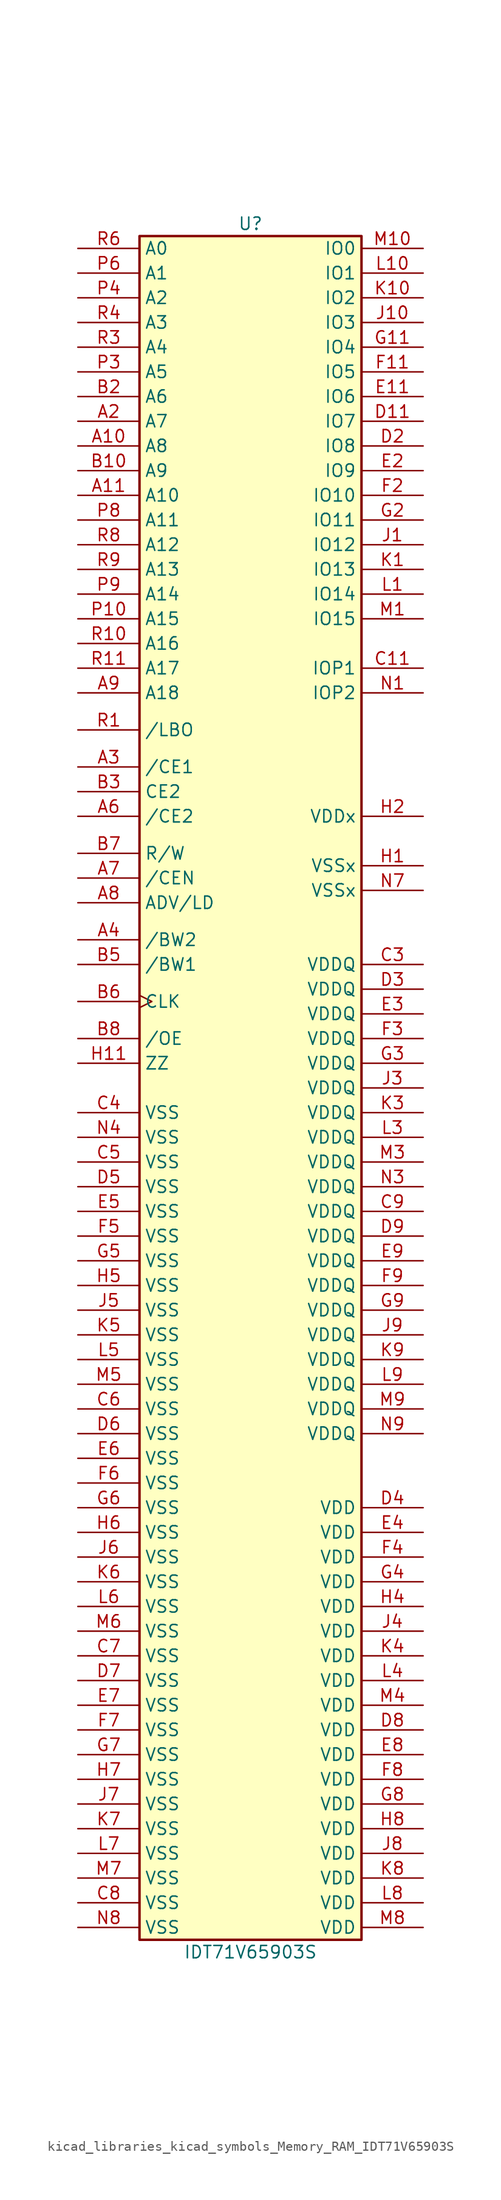
<source format=kicad_sym>
(kicad_symbol_lib
  (version 20220914)
  (generator kicad_symbol_editor)
  (symbol "kicad_libraries_kicad_symbols_Memory_RAM_IDT71V65903S"
    (property "Reference" "U"
      (at 0 88.9 0)
      (effects (font (size 1.27 1.27))))
    (property "Value" "IDT71V65903S"
      (at 0 -88.9 0)
      (effects (font (size 1.27 1.27))))
    (symbol "kicad_libraries_kicad_symbols_Memory_RAM_IDT71V65903S_0_1"
      (rectangle (start -11.43 87.63) (end 11.43 -87.63) (stroke (width 0.254) (type default)) (fill (type background))))
    (symbol "kicad_libraries_kicad_symbols_Memory_RAM_IDT71V65903S_1_1"
      (pin input line (at -17.78 66.04 0) (length 6.35) (name "A8" (effects (font (size 1.27 1.27)))) (number "A10" (effects (font (size 1.27 1.27)))))
      (pin input line (at -17.78 60.96 0) (length 6.35) (name "A10" (effects (font (size 1.27 1.27)))) (number "A11" (effects (font (size 1.27 1.27)))))
      (pin input line (at -17.78 68.58 0) (length 6.35) (name "A7" (effects (font (size 1.27 1.27)))) (number "A2" (effects (font (size 1.27 1.27)))))
      (pin input line (at -17.78 33.02 0) (length 6.35) (name "/CE1" (effects (font (size 1.27 1.27)))) (number "A3" (effects (font (size 1.27 1.27)))))
      (pin input line (at -17.78 15.24 0) (length 6.35) (name "/BW2" (effects (font (size 1.27 1.27)))) (number "A4" (effects (font (size 1.27 1.27)))))
      (pin input line (at -17.78 27.94 0) (length 6.35) (name "/CE2" (effects (font (size 1.27 1.27)))) (number "A6" (effects (font (size 1.27 1.27)))))
      (pin input line (at -17.78 21.59 0) (length 6.35) (name "/CEN" (effects (font (size 1.27 1.27)))) (number "A7" (effects (font (size 1.27 1.27)))))
      (pin input line (at -17.78 19.05 0) (length 6.35) (name "ADV/LD" (effects (font (size 1.27 1.27)))) (number "A8" (effects (font (size 1.27 1.27)))))
      (pin input line (at -17.78 40.64 0) (length 6.35) (name "A18" (effects (font (size 1.27 1.27)))) (number "A9" (effects (font (size 1.27 1.27)))))
      (pin input line (at -17.78 63.5 0) (length 6.35) (name "A9" (effects (font (size 1.27 1.27)))) (number "B10" (effects (font (size 1.27 1.27)))))
      (pin input line (at -17.78 71.12 0) (length 6.35) (name "A6" (effects (font (size 1.27 1.27)))) (number "B2" (effects (font (size 1.27 1.27)))))
      (pin input line (at -17.78 30.48 0) (length 6.35) (name "CE2" (effects (font (size 1.27 1.27)))) (number "B3" (effects (font (size 1.27 1.27)))))
      (pin input line (at -17.78 12.7 0) (length 6.35) (name "/BW1" (effects (font (size 1.27 1.27)))) (number "B5" (effects (font (size 1.27 1.27)))))
      (pin input clock (at -17.78 8.89 0) (length 6.35) (name "CLK" (effects (font (size 1.27 1.27)))) (number "B6" (effects (font (size 1.27 1.27)))))
      (pin input line (at -17.78 24.13 0) (length 6.35) (name "R/W" (effects (font (size 1.27 1.27)))) (number "B7" (effects (font (size 1.27 1.27)))))
      (pin input line (at -17.78 5.08 0) (length 6.35) (name "/OE" (effects (font (size 1.27 1.27)))) (number "B8" (effects (font (size 1.27 1.27)))))
      (pin bidirectional line (at 17.78 43.18 180) (length 6.35) (name "IOP1" (effects (font (size 1.27 1.27)))) (number "C11" (effects (font (size 1.27 1.27)))))
      (pin power_in line (at 17.78 12.7 180) (length 6.35) (name "VDDQ" (effects (font (size 1.27 1.27)))) (number "C3" (effects (font (size 1.27 1.27)))))
      (pin passive line (at -17.78 -2.54 0) (length 6.35) (name "VSS" (effects (font (size 1.27 1.27)))) (number "C4" (effects (font (size 1.27 1.27)))))
      (pin passive line (at -17.78 -7.62 0) (length 6.35) (name "VSS" (effects (font (size 1.27 1.27)))) (number "C5" (effects (font (size 1.27 1.27)))))
      (pin passive line (at -17.78 -33.02 0) (length 6.35) (name "VSS" (effects (font (size 1.27 1.27)))) (number "C6" (effects (font (size 1.27 1.27)))))
      (pin passive line (at -17.78 -58.42 0) (length 6.35) (name "VSS" (effects (font (size 1.27 1.27)))) (number "C7" (effects (font (size 1.27 1.27)))))
      (pin passive line (at -17.78 -83.82 0) (length 6.35) (name "VSS" (effects (font (size 1.27 1.27)))) (number "C8" (effects (font (size 1.27 1.27)))))
      (pin passive line (at 17.78 -12.7 180) (length 6.35) (name "VDDQ" (effects (font (size 1.27 1.27)))) (number "C9" (effects (font (size 1.27 1.27)))))
      (pin bidirectional line (at 17.78 68.58 180) (length 6.35) (name "IO7" (effects (font (size 1.27 1.27)))) (number "D11" (effects (font (size 1.27 1.27)))))
      (pin bidirectional line (at 17.78 66.04 180) (length 6.35) (name "IO8" (effects (font (size 1.27 1.27)))) (number "D2" (effects (font (size 1.27 1.27)))))
      (pin passive line (at 17.78 10.16 180) (length 6.35) (name "VDDQ" (effects (font (size 1.27 1.27)))) (number "D3" (effects (font (size 1.27 1.27)))))
      (pin passive line (at 17.78 -43.18 180) (length 6.35) (name "VDD" (effects (font (size 1.27 1.27)))) (number "D4" (effects (font (size 1.27 1.27)))))
      (pin passive line (at -17.78 -10.16 0) (length 6.35) (name "VSS" (effects (font (size 1.27 1.27)))) (number "D5" (effects (font (size 1.27 1.27)))))
      (pin passive line (at -17.78 -35.56 0) (length 6.35) (name "VSS" (effects (font (size 1.27 1.27)))) (number "D6" (effects (font (size 1.27 1.27)))))
      (pin passive line (at -17.78 -60.96 0) (length 6.35) (name "VSS" (effects (font (size 1.27 1.27)))) (number "D7" (effects (font (size 1.27 1.27)))))
      (pin passive line (at 17.78 -66.04 180) (length 6.35) (name "VDD" (effects (font (size 1.27 1.27)))) (number "D8" (effects (font (size 1.27 1.27)))))
      (pin passive line (at 17.78 -15.24 180) (length 6.35) (name "VDDQ" (effects (font (size 1.27 1.27)))) (number "D9" (effects (font (size 1.27 1.27)))))
      (pin bidirectional line (at 17.78 71.12 180) (length 6.35) (name "IO6" (effects (font (size 1.27 1.27)))) (number "E11" (effects (font (size 1.27 1.27)))))
      (pin bidirectional line (at 17.78 63.5 180) (length 6.35) (name "IO9" (effects (font (size 1.27 1.27)))) (number "E2" (effects (font (size 1.27 1.27)))))
      (pin passive line (at 17.78 7.62 180) (length 6.35) (name "VDDQ" (effects (font (size 1.27 1.27)))) (number "E3" (effects (font (size 1.27 1.27)))))
      (pin passive line (at 17.78 -45.72 180) (length 6.35) (name "VDD" (effects (font (size 1.27 1.27)))) (number "E4" (effects (font (size 1.27 1.27)))))
      (pin passive line (at -17.78 -12.7 0) (length 6.35) (name "VSS" (effects (font (size 1.27 1.27)))) (number "E5" (effects (font (size 1.27 1.27)))))
      (pin passive line (at -17.78 -38.1 0) (length 6.35) (name "VSS" (effects (font (size 1.27 1.27)))) (number "E6" (effects (font (size 1.27 1.27)))))
      (pin passive line (at -17.78 -63.5 0) (length 6.35) (name "VSS" (effects (font (size 1.27 1.27)))) (number "E7" (effects (font (size 1.27 1.27)))))
      (pin passive line (at 17.78 -68.58 180) (length 6.35) (name "VDD" (effects (font (size 1.27 1.27)))) (number "E8" (effects (font (size 1.27 1.27)))))
      (pin passive line (at 17.78 -17.78 180) (length 6.35) (name "VDDQ" (effects (font (size 1.27 1.27)))) (number "E9" (effects (font (size 1.27 1.27)))))
      (pin bidirectional line (at 17.78 73.66 180) (length 6.35) (name "IO5" (effects (font (size 1.27 1.27)))) (number "F11" (effects (font (size 1.27 1.27)))))
      (pin bidirectional line (at 17.78 60.96 180) (length 6.35) (name "IO10" (effects (font (size 1.27 1.27)))) (number "F2" (effects (font (size 1.27 1.27)))))
      (pin passive line (at 17.78 5.08 180) (length 6.35) (name "VDDQ" (effects (font (size 1.27 1.27)))) (number "F3" (effects (font (size 1.27 1.27)))))
      (pin passive line (at 17.78 -48.26 180) (length 6.35) (name "VDD" (effects (font (size 1.27 1.27)))) (number "F4" (effects (font (size 1.27 1.27)))))
      (pin passive line (at -17.78 -15.24 0) (length 6.35) (name "VSS" (effects (font (size 1.27 1.27)))) (number "F5" (effects (font (size 1.27 1.27)))))
      (pin passive line (at -17.78 -40.64 0) (length 6.35) (name "VSS" (effects (font (size 1.27 1.27)))) (number "F6" (effects (font (size 1.27 1.27)))))
      (pin passive line (at -17.78 -66.04 0) (length 6.35) (name "VSS" (effects (font (size 1.27 1.27)))) (number "F7" (effects (font (size 1.27 1.27)))))
      (pin passive line (at 17.78 -71.12 180) (length 6.35) (name "VDD" (effects (font (size 1.27 1.27)))) (number "F8" (effects (font (size 1.27 1.27)))))
      (pin passive line (at 17.78 -20.32 180) (length 6.35) (name "VDDQ" (effects (font (size 1.27 1.27)))) (number "F9" (effects (font (size 1.27 1.27)))))
      (pin bidirectional line (at 17.78 76.2 180) (length 6.35) (name "IO4" (effects (font (size 1.27 1.27)))) (number "G11" (effects (font (size 1.27 1.27)))))
      (pin bidirectional line (at 17.78 58.42 180) (length 6.35) (name "IO11" (effects (font (size 1.27 1.27)))) (number "G2" (effects (font (size 1.27 1.27)))))
      (pin passive line (at 17.78 2.54 180) (length 6.35) (name "VDDQ" (effects (font (size 1.27 1.27)))) (number "G3" (effects (font (size 1.27 1.27)))))
      (pin passive line (at 17.78 -50.8 180) (length 6.35) (name "VDD" (effects (font (size 1.27 1.27)))) (number "G4" (effects (font (size 1.27 1.27)))))
      (pin passive line (at -17.78 -17.78 0) (length 6.35) (name "VSS" (effects (font (size 1.27 1.27)))) (number "G5" (effects (font (size 1.27 1.27)))))
      (pin passive line (at -17.78 -43.18 0) (length 6.35) (name "VSS" (effects (font (size 1.27 1.27)))) (number "G6" (effects (font (size 1.27 1.27)))))
      (pin passive line (at -17.78 -68.58 0) (length 6.35) (name "VSS" (effects (font (size 1.27 1.27)))) (number "G7" (effects (font (size 1.27 1.27)))))
      (pin passive line (at 17.78 -73.66 180) (length 6.35) (name "VDD" (effects (font (size 1.27 1.27)))) (number "G8" (effects (font (size 1.27 1.27)))))
      (pin passive line (at 17.78 -22.86 180) (length 6.35) (name "VDDQ" (effects (font (size 1.27 1.27)))) (number "G9" (effects (font (size 1.27 1.27)))))
      (pin passive line (at 17.78 22.86 180) (length 6.35) (name "VSSx" (effects (font (size 1.27 1.27)))) (number "H1" (effects (font (size 1.27 1.27)))))
      (pin input line (at -17.78 2.54 0) (length 6.35) (name "ZZ" (effects (font (size 1.27 1.27)))) (number "H11" (effects (font (size 1.27 1.27)))))
      (pin passive line (at 17.78 27.94 180) (length 6.35) (name "VDDx" (effects (font (size 1.27 1.27)))) (number "H2" (effects (font (size 1.27 1.27)))))
      (pin passive line (at 17.78 -53.34 180) (length 6.35) (name "VDD" (effects (font (size 1.27 1.27)))) (number "H4" (effects (font (size 1.27 1.27)))))
      (pin passive line (at -17.78 -20.32 0) (length 6.35) (name "VSS" (effects (font (size 1.27 1.27)))) (number "H5" (effects (font (size 1.27 1.27)))))
      (pin passive line (at -17.78 -45.72 0) (length 6.35) (name "VSS" (effects (font (size 1.27 1.27)))) (number "H6" (effects (font (size 1.27 1.27)))))
      (pin passive line (at -17.78 -71.12 0) (length 6.35) (name "VSS" (effects (font (size 1.27 1.27)))) (number "H7" (effects (font (size 1.27 1.27)))))
      (pin passive line (at 17.78 -76.2 180) (length 6.35) (name "VDD" (effects (font (size 1.27 1.27)))) (number "H8" (effects (font (size 1.27 1.27)))))
      (pin bidirectional line (at 17.78 55.88 180) (length 6.35) (name "IO12" (effects (font (size 1.27 1.27)))) (number "J1" (effects (font (size 1.27 1.27)))))
      (pin bidirectional line (at 17.78 78.74 180) (length 6.35) (name "IO3" (effects (font (size 1.27 1.27)))) (number "J10" (effects (font (size 1.27 1.27)))))
      (pin passive line (at 17.78 0 180) (length 6.35) (name "VDDQ" (effects (font (size 1.27 1.27)))) (number "J3" (effects (font (size 1.27 1.27)))))
      (pin passive line (at 17.78 -55.88 180) (length 6.35) (name "VDD" (effects (font (size 1.27 1.27)))) (number "J4" (effects (font (size 1.27 1.27)))))
      (pin passive line (at -17.78 -22.86 0) (length 6.35) (name "VSS" (effects (font (size 1.27 1.27)))) (number "J5" (effects (font (size 1.27 1.27)))))
      (pin passive line (at -17.78 -48.26 0) (length 6.35) (name "VSS" (effects (font (size 1.27 1.27)))) (number "J6" (effects (font (size 1.27 1.27)))))
      (pin passive line (at -17.78 -73.66 0) (length 6.35) (name "VSS" (effects (font (size 1.27 1.27)))) (number "J7" (effects (font (size 1.27 1.27)))))
      (pin passive line (at 17.78 -78.74 180) (length 6.35) (name "VDD" (effects (font (size 1.27 1.27)))) (number "J8" (effects (font (size 1.27 1.27)))))
      (pin passive line (at 17.78 -25.4 180) (length 6.35) (name "VDDQ" (effects (font (size 1.27 1.27)))) (number "J9" (effects (font (size 1.27 1.27)))))
      (pin bidirectional line (at 17.78 53.34 180) (length 6.35) (name "IO13" (effects (font (size 1.27 1.27)))) (number "K1" (effects (font (size 1.27 1.27)))))
      (pin bidirectional line (at 17.78 81.28 180) (length 6.35) (name "IO2" (effects (font (size 1.27 1.27)))) (number "K10" (effects (font (size 1.27 1.27)))))
      (pin passive line (at 17.78 -2.54 180) (length 6.35) (name "VDDQ" (effects (font (size 1.27 1.27)))) (number "K3" (effects (font (size 1.27 1.27)))))
      (pin passive line (at 17.78 -58.42 180) (length 6.35) (name "VDD" (effects (font (size 1.27 1.27)))) (number "K4" (effects (font (size 1.27 1.27)))))
      (pin passive line (at -17.78 -25.4 0) (length 6.35) (name "VSS" (effects (font (size 1.27 1.27)))) (number "K5" (effects (font (size 1.27 1.27)))))
      (pin passive line (at -17.78 -50.8 0) (length 6.35) (name "VSS" (effects (font (size 1.27 1.27)))) (number "K6" (effects (font (size 1.27 1.27)))))
      (pin passive line (at -17.78 -76.2 0) (length 6.35) (name "VSS" (effects (font (size 1.27 1.27)))) (number "K7" (effects (font (size 1.27 1.27)))))
      (pin passive line (at 17.78 -81.28 180) (length 6.35) (name "VDD" (effects (font (size 1.27 1.27)))) (number "K8" (effects (font (size 1.27 1.27)))))
      (pin passive line (at 17.78 -27.94 180) (length 6.35) (name "VDDQ" (effects (font (size 1.27 1.27)))) (number "K9" (effects (font (size 1.27 1.27)))))
      (pin bidirectional line (at 17.78 50.8 180) (length 6.35) (name "IO14" (effects (font (size 1.27 1.27)))) (number "L1" (effects (font (size 1.27 1.27)))))
      (pin bidirectional line (at 17.78 83.82 180) (length 6.35) (name "IO1" (effects (font (size 1.27 1.27)))) (number "L10" (effects (font (size 1.27 1.27)))))
      (pin passive line (at 17.78 -5.08 180) (length 6.35) (name "VDDQ" (effects (font (size 1.27 1.27)))) (number "L3" (effects (font (size 1.27 1.27)))))
      (pin passive line (at 17.78 -60.96 180) (length 6.35) (name "VDD" (effects (font (size 1.27 1.27)))) (number "L4" (effects (font (size 1.27 1.27)))))
      (pin passive line (at -17.78 -27.94 0) (length 6.35) (name "VSS" (effects (font (size 1.27 1.27)))) (number "L5" (effects (font (size 1.27 1.27)))))
      (pin passive line (at -17.78 -53.34 0) (length 6.35) (name "VSS" (effects (font (size 1.27 1.27)))) (number "L6" (effects (font (size 1.27 1.27)))))
      (pin passive line (at -17.78 -78.74 0) (length 6.35) (name "VSS" (effects (font (size 1.27 1.27)))) (number "L7" (effects (font (size 1.27 1.27)))))
      (pin passive line (at 17.78 -83.82 180) (length 6.35) (name "VDD" (effects (font (size 1.27 1.27)))) (number "L8" (effects (font (size 1.27 1.27)))))
      (pin passive line (at 17.78 -30.48 180) (length 6.35) (name "VDDQ" (effects (font (size 1.27 1.27)))) (number "L9" (effects (font (size 1.27 1.27)))))
      (pin bidirectional line (at 17.78 48.26 180) (length 6.35) (name "IO15" (effects (font (size 1.27 1.27)))) (number "M1" (effects (font (size 1.27 1.27)))))
      (pin bidirectional line (at 17.78 86.36 180) (length 6.35) (name "IO0" (effects (font (size 1.27 1.27)))) (number "M10" (effects (font (size 1.27 1.27)))))
      (pin passive line (at 17.78 -7.62 180) (length 6.35) (name "VDDQ" (effects (font (size 1.27 1.27)))) (number "M3" (effects (font (size 1.27 1.27)))))
      (pin passive line (at 17.78 -63.5 180) (length 6.35) (name "VDD" (effects (font (size 1.27 1.27)))) (number "M4" (effects (font (size 1.27 1.27)))))
      (pin passive line (at -17.78 -30.48 0) (length 6.35) (name "VSS" (effects (font (size 1.27 1.27)))) (number "M5" (effects (font (size 1.27 1.27)))))
      (pin passive line (at -17.78 -55.88 0) (length 6.35) (name "VSS" (effects (font (size 1.27 1.27)))) (number "M6" (effects (font (size 1.27 1.27)))))
      (pin passive line (at -17.78 -81.28 0) (length 6.35) (name "VSS" (effects (font (size 1.27 1.27)))) (number "M7" (effects (font (size 1.27 1.27)))))
      (pin passive line (at 17.78 -86.36 180) (length 6.35) (name "VDD" (effects (font (size 1.27 1.27)))) (number "M8" (effects (font (size 1.27 1.27)))))
      (pin passive line (at 17.78 -33.02 180) (length 6.35) (name "VDDQ" (effects (font (size 1.27 1.27)))) (number "M9" (effects (font (size 1.27 1.27)))))
      (pin bidirectional line (at 17.78 40.64 180) (length 6.35) (name "IOP2" (effects (font (size 1.27 1.27)))) (number "N1" (effects (font (size 1.27 1.27)))))
      (pin passive line (at 17.78 -10.16 180) (length 6.35) (name "VDDQ" (effects (font (size 1.27 1.27)))) (number "N3" (effects (font (size 1.27 1.27)))))
      (pin passive line (at -17.78 -5.08 0) (length 6.35) (name "VSS" (effects (font (size 1.27 1.27)))) (number "N4" (effects (font (size 1.27 1.27)))))
      (pin passive line (at 17.78 20.32 180) (length 6.35) (name "VSSx" (effects (font (size 1.27 1.27)))) (number "N7" (effects (font (size 1.27 1.27)))))
      (pin passive line (at -17.78 -86.36 0) (length 6.35) (name "VSS" (effects (font (size 1.27 1.27)))) (number "N8" (effects (font (size 1.27 1.27)))))
      (pin power_in line (at 17.78 -35.56 180) (length 6.35) (name "VDDQ" (effects (font (size 1.27 1.27)))) (number "N9" (effects (font (size 1.27 1.27)))))
      (pin input line (at -17.78 48.26 0) (length 6.35) (name "A15" (effects (font (size 1.27 1.27)))) (number "P10" (effects (font (size 1.27 1.27)))))
      (pin input line (at -17.78 73.66 0) (length 6.35) (name "A5" (effects (font (size 1.27 1.27)))) (number "P3" (effects (font (size 1.27 1.27)))))
      (pin input line (at -17.78 81.28 0) (length 6.35) (name "A2" (effects (font (size 1.27 1.27)))) (number "P4" (effects (font (size 1.27 1.27)))))
      (pin input line (at -17.78 83.82 0) (length 6.35) (name "A1" (effects (font (size 1.27 1.27)))) (number "P6" (effects (font (size 1.27 1.27)))))
      (pin input line (at -17.78 58.42 0) (length 6.35) (name "A11" (effects (font (size 1.27 1.27)))) (number "P8" (effects (font (size 1.27 1.27)))))
      (pin input line (at -17.78 50.8 0) (length 6.35) (name "A14" (effects (font (size 1.27 1.27)))) (number "P9" (effects (font (size 1.27 1.27)))))
      (pin input line (at -17.78 36.83 0) (length 6.35) (name "/LBO" (effects (font (size 1.27 1.27)))) (number "R1" (effects (font (size 1.27 1.27)))))
      (pin input line (at -17.78 45.72 0) (length 6.35) (name "A16" (effects (font (size 1.27 1.27)))) (number "R10" (effects (font (size 1.27 1.27)))))
      (pin input line (at -17.78 43.18 0) (length 6.35) (name "A17" (effects (font (size 1.27 1.27)))) (number "R11" (effects (font (size 1.27 1.27)))))
      (pin input line (at -17.78 76.2 0) (length 6.35) (name "A4" (effects (font (size 1.27 1.27)))) (number "R3" (effects (font (size 1.27 1.27)))))
      (pin input line (at -17.78 78.74 0) (length 6.35) (name "A3" (effects (font (size 1.27 1.27)))) (number "R4" (effects (font (size 1.27 1.27)))))
      (pin input line (at -17.78 86.36 0) (length 6.35) (name "A0" (effects (font (size 1.27 1.27)))) (number "R6" (effects (font (size 1.27 1.27)))))
      (pin input line (at -17.78 55.88 0) (length 6.35) (name "A12" (effects (font (size 1.27 1.27)))) (number "R8" (effects (font (size 1.27 1.27)))))
      (pin input line (at -17.78 53.34 0) (length 6.35) (name "A13" (effects (font (size 1.27 1.27)))) (number "R9" (effects (font (size 1.27 1.27))))))))
</source>
